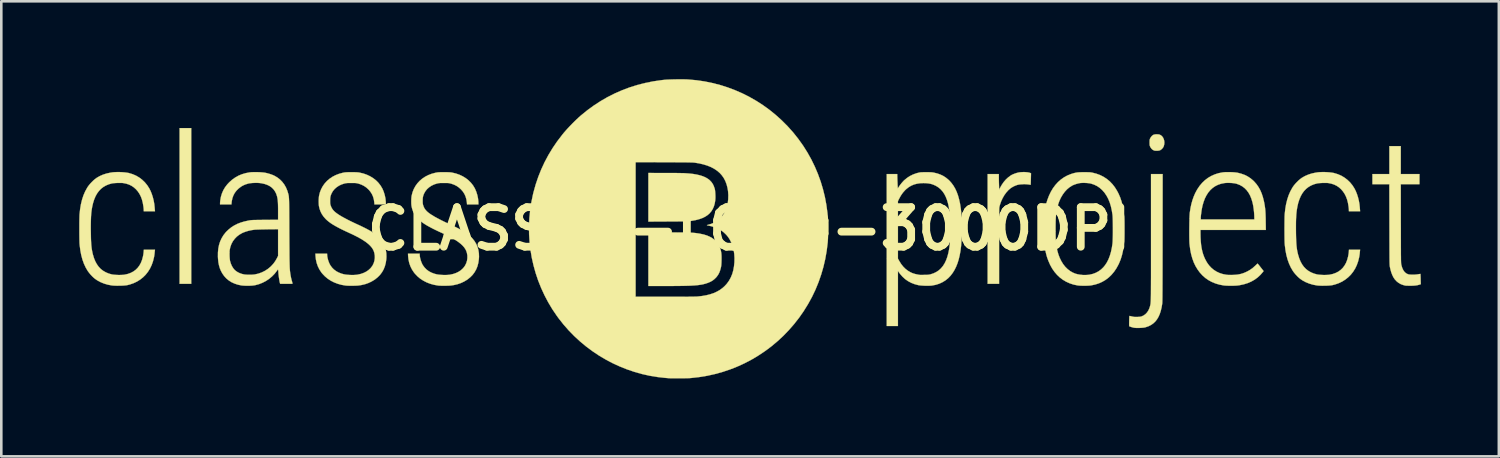
<source format=kicad_pcb>
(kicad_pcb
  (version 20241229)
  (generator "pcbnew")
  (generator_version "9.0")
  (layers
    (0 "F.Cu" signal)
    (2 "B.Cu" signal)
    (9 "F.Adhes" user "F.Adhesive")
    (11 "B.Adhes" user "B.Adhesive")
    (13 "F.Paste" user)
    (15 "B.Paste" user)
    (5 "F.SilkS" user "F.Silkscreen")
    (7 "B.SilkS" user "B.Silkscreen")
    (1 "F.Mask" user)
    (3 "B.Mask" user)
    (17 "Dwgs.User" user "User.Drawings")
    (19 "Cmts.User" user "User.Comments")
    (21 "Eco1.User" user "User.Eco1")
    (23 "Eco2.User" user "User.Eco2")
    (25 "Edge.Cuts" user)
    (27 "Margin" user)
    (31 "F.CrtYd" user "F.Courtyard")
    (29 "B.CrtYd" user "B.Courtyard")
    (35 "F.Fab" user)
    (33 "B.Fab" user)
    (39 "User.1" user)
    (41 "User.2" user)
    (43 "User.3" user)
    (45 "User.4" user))
  (footprint "CLASSBP-LOGO-3000DPI"
    (layer "F.Cu")
    (at 25.794 5.761)
    (property "Reference" "CLASSBP-LOGO-3000DPI" (at 0 0 0) (layer "F.SilkS") (effects (font (size 1.524 1.524) (thickness 0.3))))
    (attr through_hole)
    (fp_poly (pts (xy -21.48 2.117) (xy -21.929 2.117) (xy -21.929 -3.878) (xy -21.48 -3.878) (xy -21.48 2.117)) (stroke (width 0.01) (type solid)) (fill yes) (layer "F.SilkS"))
    (fp_poly (pts (xy 15.743 -3.639) (xy 15.787 -3.633) (xy 15.806 -3.628) (xy 15.859 -3.602) (xy 15.904 -3.563) (xy 15.941 -3.513) (xy 15.968 -3.454) (xy 15.986 -3.389) (xy 15.992 -3.321) (xy 15.986 -3.251) (xy 15.968 -3.181) (xy 15.967 -3.178) (xy 15.944 -3.133) (xy 15.91 -3.09) (xy 15.87 -3.053) (xy 15.828 -3.026) (xy 15.812 -3.02) (xy 15.781 -3.013) (xy 15.74 -3.008) (xy 15.695 -3.006) (xy 15.652 -3.007) (xy 15.617 -3.011) (xy 15.604 -3.014) (xy 15.549 -3.039) (xy 15.501 -3.079) (xy 15.461 -3.133) (xy 15.446 -3.162) (xy 15.436 -3.185) (xy 15.429 -3.204) (xy 15.425 -3.225) (xy 15.423 -3.252) (xy 15.422 -3.289) (xy 15.422 -3.323) (xy 15.422 -3.37) (xy 15.423 -3.403) (xy 15.426 -3.428) (xy 15.431 -3.448) (xy 15.438 -3.468) (xy 15.444 -3.481) (xy 15.474 -3.532) (xy 15.512 -3.577) (xy 15.553 -3.61) (xy 15.565 -3.617) (xy 15.599 -3.629) (xy 15.643 -3.637) (xy 15.693 -3.64) (xy 15.743 -3.639)) (stroke (width 0.01) (type solid)) (fill yes) (layer "F.SilkS"))
    (fp_poly (pts (xy -3.262 -2.15) (xy -3.156 -2.15) (xy -3.051 -2.15) (xy -2.949 -2.149) (xy -2.852 -2.149) (xy -2.761 -2.148) (xy -2.679 -2.147) (xy -2.607 -2.145) (xy -2.547 -2.144) (xy -2.501 -2.143) (xy -2.481 -2.142) (xy -2.31 -2.13) (xy -2.155 -2.113) (xy -2.014 -2.089) (xy -1.888 -2.059) (xy -1.776 -2.023) (xy -1.677 -1.98) (xy -1.59 -1.929) (xy -1.516 -1.872) (xy -1.453 -1.806) (xy -1.401 -1.732) (xy -1.36 -1.65) (xy -1.328 -1.56) (xy -1.32 -1.531) (xy -1.311 -1.485) (xy -1.305 -1.426) (xy -1.3 -1.359) (xy -1.297 -1.289) (xy -1.296 -1.218) (xy -1.298 -1.152) (xy -1.303 -1.095) (xy -1.303 -1.089) (xy -1.324 -0.969) (xy -1.356 -0.861) (xy -1.399 -0.763) (xy -1.453 -0.675) (xy -1.52 -0.596) (xy -1.599 -0.527) (xy -1.691 -0.467) (xy -1.796 -0.416) (xy -1.915 -0.373) (xy -2.049 -0.337) (xy -2.197 -0.31) (xy -2.269 -0.299) (xy -2.29 -0.297) (xy -2.315 -0.295) (xy -2.343 -0.293) (xy -2.377 -0.291) (xy -2.417 -0.289) (xy -2.465 -0.288) (xy -2.522 -0.287) (xy -2.588 -0.286) (xy -2.665 -0.285) (xy -2.755 -0.284) (xy -2.858 -0.283) (xy -2.976 -0.283) (xy -3.109 -0.282) (xy -3.126 -0.282) (xy -3.878 -0.278) (xy -3.878 -2.151) (xy -3.262 -2.15)) (stroke (width 0.01) (type solid)) (fill yes) (layer "F.SilkS"))
    (fp_poly (pts (xy -3.071 0.138) (xy -2.926 0.139) (xy -2.797 0.139) (xy -2.682 0.14) (xy -2.58 0.141) (xy -2.49 0.142) (xy -2.411 0.144) (xy -2.342 0.145) (xy -2.28 0.147) (xy -2.225 0.149) (xy -2.176 0.152) (xy -2.132 0.156) (xy -2.09 0.159) (xy -2.051 0.164) (xy -2.012 0.169) (xy -1.973 0.175) (xy -1.931 0.181) (xy -1.898 0.187) (xy -1.754 0.217) (xy -1.623 0.257) (xy -1.507 0.307) (xy -1.404 0.367) (xy -1.315 0.437) (xy -1.239 0.518) (xy -1.176 0.608) (xy -1.127 0.708) (xy -1.106 0.767) (xy -1.089 0.831) (xy -1.075 0.895) (xy -1.066 0.965) (xy -1.061 1.042) (xy -1.06 1.13) (xy -1.061 1.215) (xy -1.063 1.286) (xy -1.066 1.344) (xy -1.069 1.391) (xy -1.074 1.431) (xy -1.08 1.468) (xy -1.083 1.484) (xy -1.112 1.592) (xy -1.147 1.687) (xy -1.192 1.771) (xy -1.246 1.846) (xy -1.277 1.881) (xy -1.341 1.942) (xy -1.409 1.994) (xy -1.484 2.037) (xy -1.571 2.075) (xy -1.628 2.095) (xy -1.676 2.111) (xy -1.726 2.124) (xy -1.777 2.137) (xy -1.832 2.148) (xy -1.891 2.157) (xy -1.956 2.166) (xy -2.027 2.173) (xy -2.105 2.18) (xy -2.192 2.185) (xy -2.288 2.19) (xy -2.394 2.193) (xy -2.512 2.196) (xy -2.642 2.198) (xy -2.786 2.2) (xy -2.944 2.201) (xy -3.118 2.201) (xy -3.198 2.201) (xy -3.878 2.201) (xy -3.878 0.134) (xy -3.071 0.138)) (stroke (width 0.01) (type solid)) (fill yes) (layer "F.SilkS"))
    (fp_poly (pts (xy 10.672 -2.181) (xy 10.736 -2.174) (xy 10.791 -2.163) (xy 10.833 -2.149) (xy 10.833 -2.149) (xy 10.857 -2.138) (xy 10.851 -1.918) (xy 10.85 -1.859) (xy 10.848 -1.806) (xy 10.847 -1.761) (xy 10.845 -1.726) (xy 10.844 -1.704) (xy 10.844 -1.697) (xy 10.835 -1.697) (xy 10.813 -1.7) (xy 10.782 -1.704) (xy 10.761 -1.708) (xy 10.703 -1.714) (xy 10.635 -1.717) (xy 10.564 -1.717) (xy 10.493 -1.714) (xy 10.426 -1.709) (xy 10.37 -1.7) (xy 10.342 -1.694) (xy 10.275 -1.672) (xy 10.203 -1.641) (xy 10.134 -1.604) (xy 10.074 -1.565) (xy 10.067 -1.56) (xy 9.98 -1.484) (xy 9.899 -1.393) (xy 9.825 -1.289) (xy 9.76 -1.175) (xy 9.704 -1.051) (xy 9.659 -0.92) (xy 9.644 -0.865) (xy 9.642 -0.856) (xy 9.64 -0.847) (xy 9.638 -0.837) (xy 9.636 -0.825) (xy 9.635 -0.811) (xy 9.633 -0.793) (xy 9.632 -0.771) (xy 9.631 -0.744) (xy 9.63 -0.711) (xy 9.63 -0.672) (xy 9.629 -0.626) (xy 9.628 -0.572) (xy 9.628 -0.508) (xy 9.628 -0.436) (xy 9.627 -0.352) (xy 9.627 -0.258) (xy 9.627 -0.152) (xy 9.627 -0.033) (xy 9.627 0.1) (xy 9.627 0.247) (xy 9.627 0.409) (xy 9.627 0.586) (xy 9.627 2.117) (xy 9.186 2.117) (xy 9.186 -2.108) (xy 9.618 -2.108) (xy 9.618 -1.987) (xy 9.618 -1.938) (xy 9.619 -1.879) (xy 9.62 -1.812) (xy 9.622 -1.745) (xy 9.624 -1.687) (xy 9.629 -1.509) (xy 9.667 -1.582) (xy 9.733 -1.698) (xy 9.807 -1.804) (xy 9.888 -1.898) (xy 9.975 -1.979) (xy 10.065 -2.046) (xy 10.105 -2.071) (xy 10.164 -2.1) (xy 10.233 -2.127) (xy 10.306 -2.151) (xy 10.375 -2.168) (xy 10.394 -2.172) (xy 10.459 -2.18) (xy 10.53 -2.184) (xy 10.602 -2.185) (xy 10.672 -2.181)) (stroke (width 0.01) (type solid)) (fill yes) (layer "F.SilkS"))
    (fp_poly (pts (xy 25.095 -2.108) (xy 25.815 -2.108) (xy 25.815 -1.719) (xy 25.095 -1.719) (xy 25.097 -0.201) (xy 25.098 -0.013) (xy 25.098 0.159) (xy 25.098 0.315) (xy 25.099 0.457) (xy 25.099 0.585) (xy 25.099 0.7) (xy 25.1 0.802) (xy 25.1 0.893) (xy 25.1 0.974) (xy 25.101 1.044) (xy 25.102 1.105) (xy 25.102 1.157) (xy 25.103 1.202) (xy 25.104 1.239) (xy 25.105 1.271) (xy 25.106 1.297) (xy 25.107 1.318) (xy 25.108 1.336) (xy 25.11 1.35) (xy 25.112 1.362) (xy 25.113 1.373) (xy 25.115 1.382) (xy 25.118 1.392) (xy 25.118 1.393) (xy 25.145 1.488) (xy 25.179 1.568) (xy 25.219 1.634) (xy 25.267 1.686) (xy 25.323 1.726) (xy 25.378 1.75) (xy 25.41 1.758) (xy 25.456 1.763) (xy 25.511 1.765) (xy 25.571 1.766) (xy 25.634 1.764) (xy 25.694 1.759) (xy 25.75 1.752) (xy 25.767 1.749) (xy 25.802 1.743) (xy 25.83 1.739) (xy 25.848 1.737) (xy 25.852 1.737) (xy 25.853 1.746) (xy 25.855 1.769) (xy 25.856 1.805) (xy 25.858 1.85) (xy 25.86 1.903) (xy 25.86 1.936) (xy 25.866 2.132) (xy 25.813 2.15) (xy 25.747 2.168) (xy 25.671 2.181) (xy 25.582 2.189) (xy 25.48 2.192) (xy 25.451 2.192) (xy 25.401 2.191) (xy 25.356 2.19) (xy 25.318 2.189) (xy 25.292 2.188) (xy 25.281 2.187) (xy 25.234 2.177) (xy 25.181 2.161) (xy 25.129 2.143) (xy 25.086 2.125) (xy 25.084 2.124) (xy 25.003 2.076) (xy 24.931 2.018) (xy 24.868 1.95) (xy 24.813 1.87) (xy 24.767 1.777) (xy 24.727 1.671) (xy 24.694 1.551) (xy 24.678 1.477) (xy 24.676 1.466) (xy 24.674 1.454) (xy 24.672 1.443) (xy 24.67 1.429) (xy 24.669 1.414) (xy 24.668 1.396) (xy 24.666 1.374) (xy 24.665 1.347) (xy 24.664 1.316) (xy 24.663 1.279) (xy 24.662 1.235) (xy 24.662 1.183) (xy 24.661 1.123) (xy 24.661 1.054) (xy 24.66 0.976) (xy 24.66 0.887) (xy 24.659 0.786) (xy 24.659 0.674) (xy 24.659 0.549) (xy 24.658 0.41) (xy 24.658 0.257) (xy 24.658 0.088) (xy 24.657 -0.096) (xy 24.657 -0.167) (xy 24.654 -1.719) (xy 24.003 -1.719) (xy 24.003 -2.108) (xy 24.655 -2.108) (xy 24.655 -3.183) (xy 25.095 -3.183) (xy 25.095 -2.108)) (stroke (width 0.01) (type solid)) (fill yes) (layer "F.SilkS"))
    (fp_poly (pts (xy 15.923 0.345) (xy 15.923 0.601) (xy 15.923 0.84) (xy 15.922 1.063) (xy 15.922 1.271) (xy 15.922 1.463) (xy 15.921 1.641) (xy 15.921 1.805) (xy 15.92 1.955) (xy 15.92 2.092) (xy 15.919 2.216) (xy 15.919 2.328) (xy 15.918 2.428) (xy 15.917 2.517) (xy 15.917 2.594) (xy 15.916 2.662) (xy 15.915 2.719) (xy 15.914 2.767) (xy 15.913 2.805) (xy 15.912 2.835) (xy 15.911 2.857) (xy 15.91 2.871) (xy 15.91 2.874) (xy 15.885 3.026) (xy 15.852 3.163) (xy 15.812 3.285) (xy 15.763 3.394) (xy 15.706 3.489) (xy 15.64 3.572) (xy 15.565 3.642) (xy 15.48 3.701) (xy 15.386 3.749) (xy 15.28 3.786) (xy 15.256 3.793) (xy 15.214 3.802) (xy 15.16 3.808) (xy 15.098 3.813) (xy 15.033 3.816) (xy 14.967 3.817) (xy 14.905 3.816) (xy 14.852 3.812) (xy 14.811 3.806) (xy 14.809 3.806) (xy 14.774 3.797) (xy 14.735 3.786) (xy 14.698 3.774) (xy 14.666 3.763) (xy 14.645 3.755) (xy 14.642 3.753) (xy 14.639 3.745) (xy 14.636 3.727) (xy 14.635 3.696) (xy 14.635 3.652) (xy 14.636 3.594) (xy 14.637 3.549) (xy 14.638 3.486) (xy 14.64 3.438) (xy 14.641 3.404) (xy 14.643 3.38) (xy 14.645 3.365) (xy 14.648 3.357) (xy 14.652 3.355) (xy 14.658 3.355) (xy 14.659 3.355) (xy 14.718 3.369) (xy 14.763 3.379) (xy 14.799 3.386) (xy 14.829 3.391) (xy 14.856 3.393) (xy 14.883 3.394) (xy 14.915 3.394) (xy 14.952 3.393) (xy 15.006 3.39) (xy 15.047 3.387) (xy 15.08 3.381) (xy 15.108 3.374) (xy 15.121 3.37) (xy 15.197 3.334) (xy 15.266 3.283) (xy 15.326 3.219) (xy 15.376 3.143) (xy 15.416 3.055) (xy 15.434 2.997) (xy 15.438 2.982) (xy 15.442 2.968) (xy 15.446 2.955) (xy 15.449 2.942) (xy 15.452 2.928) (xy 15.455 2.913) (xy 15.458 2.896) (xy 15.46 2.877) (xy 15.462 2.854) (xy 15.464 2.828) (xy 15.466 2.798) (xy 15.468 2.763) (xy 15.469 2.722) (xy 15.471 2.676) (xy 15.472 2.623) (xy 15.473 2.562) (xy 15.474 2.494) (xy 15.474 2.418) (xy 15.475 2.332) (xy 15.475 2.237) (xy 15.476 2.131) (xy 15.476 2.015) (xy 15.477 1.887) (xy 15.477 1.748) (xy 15.477 1.596) (xy 15.477 1.43) (xy 15.477 1.251) (xy 15.477 1.057) (xy 15.477 0.849) (xy 15.477 0.624) (xy 15.477 0.384) (xy 15.477 0.328) (xy 15.477 -2.108) (xy 15.926 -2.108) (xy 15.923 0.345)) (stroke (width 0.01) (type solid)) (fill yes) (layer "F.SilkS"))
    (fp_poly (pts (xy 6.889 -2.18) (xy 6.944 -2.179) (xy 6.988 -2.178) (xy 7.024 -2.176) (xy 7.055 -2.173) (xy 7.085 -2.169) (xy 7.116 -2.163) (xy 7.125 -2.161) (xy 7.256 -2.129) (xy 7.374 -2.086) (xy 7.483 -2.033) (xy 7.584 -1.967) (xy 7.679 -1.888) (xy 7.714 -1.855) (xy 7.796 -1.763) (xy 7.87 -1.661) (xy 7.936 -1.549) (xy 7.994 -1.425) (xy 8.044 -1.289) (xy 8.086 -1.139) (xy 8.122 -0.977) (xy 8.15 -0.799) (xy 8.167 -0.66) (xy 8.17 -0.614) (xy 8.174 -0.554) (xy 8.177 -0.481) (xy 8.18 -0.398) (xy 8.182 -0.308) (xy 8.184 -0.212) (xy 8.185 -0.114) (xy 8.186 -0.014) (xy 8.186 0.083) (xy 8.186 0.177) (xy 8.185 0.265) (xy 8.184 0.343) (xy 8.182 0.411) (xy 8.18 0.461) (xy 8.164 0.661) (xy 8.141 0.847) (xy 8.11 1.018) (xy 8.072 1.177) (xy 8.027 1.323) (xy 7.973 1.458) (xy 7.911 1.583) (xy 7.844 1.693) (xy 7.76 1.804) (xy 7.665 1.902) (xy 7.561 1.986) (xy 7.446 2.056) (xy 7.323 2.113) (xy 7.191 2.155) (xy 7.051 2.182) (xy 7.034 2.185) (xy 6.979 2.189) (xy 6.914 2.192) (xy 6.841 2.192) (xy 6.765 2.191) (xy 6.69 2.187) (xy 6.62 2.182) (xy 6.56 2.175) (xy 6.515 2.168) (xy 6.373 2.13) (xy 6.242 2.079) (xy 6.121 2.014) (xy 6.01 1.936) (xy 5.908 1.843) (xy 5.815 1.737) (xy 5.773 1.681) (xy 5.732 1.623) (xy 5.732 3.742) (xy 5.3 3.742) (xy 5.3 -1.064) (xy 5.732 -1.064) (xy 5.732 1.147) (xy 5.777 1.228) (xy 5.851 1.348) (xy 5.933 1.453) (xy 6.023 1.543) (xy 6.122 1.618) (xy 6.219 1.674) (xy 6.27 1.698) (xy 6.323 1.718) (xy 6.382 1.736) (xy 6.449 1.752) (xy 6.529 1.768) (xy 6.553 1.773) (xy 6.568 1.774) (xy 6.597 1.775) (xy 6.636 1.775) (xy 6.684 1.775) (xy 6.737 1.774) (xy 6.744 1.774) (xy 6.804 1.773) (xy 6.852 1.772) (xy 6.889 1.769) (xy 6.92 1.766) (xy 6.948 1.761) (xy 6.977 1.755) (xy 6.995 1.75) (xy 7.109 1.712) (xy 7.213 1.661) (xy 7.308 1.597) (xy 7.393 1.519) (xy 7.468 1.428) (xy 7.533 1.323) (xy 7.59 1.203) (xy 7.637 1.07) (xy 7.674 0.931) (xy 7.688 0.863) (xy 7.701 0.799) (xy 7.711 0.734) (xy 7.72 0.668) (xy 7.727 0.598) (xy 7.732 0.522) (xy 7.737 0.438) (xy 7.74 0.343) (xy 7.742 0.235) (xy 7.744 0.127) (xy 7.746 -0.04) (xy 7.745 -0.191) (xy 7.742 -0.327) (xy 7.737 -0.449) (xy 7.729 -0.558) (xy 7.72 -0.655) (xy 7.717 -0.677) (xy 7.691 -0.841) (xy 7.658 -0.99) (xy 7.617 -1.124) (xy 7.568 -1.245) (xy 7.512 -1.352) (xy 7.447 -1.445) (xy 7.373 -1.526) (xy 7.291 -1.595) (xy 7.2 -1.652) (xy 7.187 -1.659) (xy 7.101 -1.698) (xy 7.015 -1.727) (xy 6.925 -1.746) (xy 6.826 -1.757) (xy 6.716 -1.761) (xy 6.714 -1.761) (xy 6.581 -1.755) (xy 6.459 -1.736) (xy 6.346 -1.705) (xy 6.241 -1.66) (xy 6.143 -1.601) (xy 6.05 -1.527) (xy 6.007 -1.486) (xy 5.921 -1.389) (xy 5.844 -1.278) (xy 5.777 -1.157) (xy 5.732 -1.064) (xy 5.3 -1.064) (xy 5.3 -2.108) (xy 5.705 -2.108) (xy 5.71 -1.916) (xy 5.712 -1.854) (xy 5.715 -1.792) (xy 5.717 -1.734) (xy 5.719 -1.684) (xy 5.721 -1.646) (xy 5.722 -1.639) (xy 5.728 -1.555) (xy 5.761 -1.609) (xy 5.79 -1.652) (xy 5.826 -1.701) (xy 5.867 -1.753) (xy 5.909 -1.802) (xy 5.948 -1.845) (xy 5.975 -1.871) (xy 6.083 -1.96) (xy 6.195 -2.034) (xy 6.314 -2.092) (xy 6.441 -2.138) (xy 6.513 -2.157) (xy 6.544 -2.164) (xy 6.571 -2.17) (xy 6.597 -2.174) (xy 6.625 -2.176) (xy 6.658 -2.178) (xy 6.699 -2.179) (xy 6.751 -2.18) (xy 6.818 -2.18) (xy 6.82 -2.18) (xy 6.889 -2.18)) (stroke (width 0.01) (type solid)) (fill yes) (layer "F.SilkS"))
    (fp_poly (pts (xy 18.536 -2.183) (xy 18.614 -2.18) (xy 18.686 -2.175) (xy 18.75 -2.168) (xy 18.802 -2.161) (xy 18.807 -2.16) (xy 18.948 -2.124) (xy 19.078 -2.078) (xy 19.197 -2.019) (xy 19.307 -1.947) (xy 19.409 -1.862) (xy 19.455 -1.816) (xy 19.541 -1.718) (xy 19.616 -1.61) (xy 19.682 -1.492) (xy 19.738 -1.362) (xy 19.785 -1.22) (xy 19.824 -1.065) (xy 19.841 -0.981) (xy 19.853 -0.913) (xy 19.863 -0.849) (xy 19.871 -0.786) (xy 19.878 -0.72) (xy 19.883 -0.651) (xy 19.887 -0.574) (xy 19.89 -0.488) (xy 19.893 -0.39) (xy 19.894 -0.29) (xy 19.899 0.042) (xy 17.382 0.042) (xy 17.382 0.159) (xy 17.385 0.325) (xy 17.393 0.477) (xy 17.406 0.616) (xy 17.426 0.744) (xy 17.451 0.862) (xy 17.483 0.974) (xy 17.522 1.079) (xy 17.564 1.173) (xy 17.632 1.296) (xy 17.71 1.405) (xy 17.798 1.5) (xy 17.896 1.582) (xy 18.004 1.65) (xy 18.121 1.704) (xy 18.248 1.744) (xy 18.385 1.77) (xy 18.387 1.77) (xy 18.432 1.774) (xy 18.491 1.776) (xy 18.561 1.777) (xy 18.622 1.776) (xy 18.73 1.77) (xy 18.825 1.76) (xy 18.913 1.743) (xy 18.996 1.72) (xy 19.08 1.689) (xy 19.168 1.649) (xy 19.173 1.647) (xy 19.289 1.582) (xy 19.398 1.504) (xy 19.496 1.416) (xy 19.526 1.387) (xy 19.552 1.363) (xy 19.571 1.346) (xy 19.581 1.338) (xy 19.582 1.338) (xy 19.588 1.345) (xy 19.604 1.362) (xy 19.627 1.39) (xy 19.655 1.425) (xy 19.687 1.466) (xy 19.7 1.483) (xy 19.813 1.627) (xy 19.791 1.656) (xy 19.694 1.769) (xy 19.587 1.869) (xy 19.469 1.956) (xy 19.341 2.029) (xy 19.202 2.089) (xy 19.053 2.136) (xy 18.893 2.17) (xy 18.827 2.18) (xy 18.775 2.185) (xy 18.711 2.189) (xy 18.639 2.191) (xy 18.562 2.192) (xy 18.486 2.191) (xy 18.413 2.19) (xy 18.347 2.186) (xy 18.293 2.182) (xy 18.28 2.18) (xy 18.118 2.15) (xy 17.966 2.106) (xy 17.825 2.049) (xy 17.693 1.978) (xy 17.571 1.894) (xy 17.459 1.795) (xy 17.357 1.683) (xy 17.271 1.567) (xy 17.192 1.436) (xy 17.124 1.294) (xy 17.068 1.14) (xy 17.022 0.975) (xy 16.987 0.797) (xy 16.963 0.606) (xy 16.958 0.558) (xy 16.956 0.518) (xy 16.954 0.465) (xy 16.953 0.4) (xy 16.952 0.325) (xy 16.951 0.242) (xy 16.951 0.153) (xy 16.951 0.06) (xy 16.952 -0.034) (xy 16.953 -0.128) (xy 16.954 -0.22) (xy 16.956 -0.308) (xy 16.958 -0.364) (xy 17.391 -0.364) (xy 19.456 -0.364) (xy 19.456 -0.417) (xy 19.453 -0.525) (xy 19.445 -0.64) (xy 19.432 -0.756) (xy 19.416 -0.869) (xy 19.396 -0.972) (xy 19.384 -1.021) (xy 19.343 -1.158) (xy 19.293 -1.28) (xy 19.233 -1.389) (xy 19.163 -1.484) (xy 19.084 -1.565) (xy 18.995 -1.633) (xy 18.896 -1.688) (xy 18.787 -1.73) (xy 18.746 -1.742) (xy 18.692 -1.753) (xy 18.625 -1.761) (xy 18.551 -1.767) (xy 18.475 -1.769) (xy 18.4 -1.769) (xy 18.332 -1.765) (xy 18.302 -1.761) (xy 18.176 -1.736) (xy 18.059 -1.697) (xy 17.952 -1.644) (xy 17.853 -1.576) (xy 17.764 -1.495) (xy 17.683 -1.4) (xy 17.613 -1.291) (xy 17.551 -1.168) (xy 17.5 -1.031) (xy 17.457 -0.881) (xy 17.425 -0.718) (xy 17.402 -0.541) (xy 17.399 -0.516) (xy 17.396 -0.475) (xy 17.393 -0.437) (xy 17.391 -0.407) (xy 17.391 -0.392) (xy 17.391 -0.364) (xy 16.958 -0.364) (xy 16.958 -0.389) (xy 16.96 -0.462) (xy 16.963 -0.525) (xy 16.966 -0.575) (xy 16.969 -0.611) (xy 16.97 -0.618) (xy 16.997 -0.794) (xy 17.031 -0.955) (xy 17.073 -1.104) (xy 17.122 -1.243) (xy 17.179 -1.374) (xy 17.245 -1.497) (xy 17.26 -1.522) (xy 17.348 -1.653) (xy 17.446 -1.769) (xy 17.554 -1.872) (xy 17.671 -1.961) (xy 17.797 -2.035) (xy 17.931 -2.095) (xy 18.074 -2.141) (xy 18.225 -2.171) (xy 18.265 -2.176) (xy 18.319 -2.181) (xy 18.385 -2.184) (xy 18.459 -2.184) (xy 18.536 -2.183)) (stroke (width 0.01) (type solid)) (fill yes) (layer "F.SilkS"))
    (fp_poly (pts (xy -24.245 -2.185) (xy -24.151 -2.181) (xy -24.059 -2.174) (xy -23.973 -2.164) (xy -23.899 -2.152) (xy -23.872 -2.145) (xy -23.732 -2.102) (xy -23.601 -2.045) (xy -23.479 -1.973) (xy -23.368 -1.888) (xy -23.266 -1.79) (xy -23.175 -1.679) (xy -23.097 -1.558) (xy -23.044 -1.453) (xy -22.997 -1.335) (xy -22.957 -1.209) (xy -22.925 -1.078) (xy -22.902 -0.946) (xy -22.89 -0.83) (xy -22.887 -0.79) (xy -22.884 -0.752) (xy -22.881 -0.722) (xy -22.88 -0.713) (xy -22.876 -0.677) (xy -23.309 -0.677) (xy -23.309 -0.719) (xy -23.31 -0.745) (xy -23.313 -0.782) (xy -23.317 -0.825) (xy -23.322 -0.859) (xy -23.345 -0.998) (xy -23.377 -1.124) (xy -23.418 -1.237) (xy -23.47 -1.34) (xy -23.531 -1.433) (xy -23.604 -1.518) (xy -23.608 -1.522) (xy -23.691 -1.597) (xy -23.78 -1.657) (xy -23.877 -1.704) (xy -23.984 -1.739) (xy -24.097 -1.762) (xy -24.138 -1.766) (xy -24.19 -1.768) (xy -24.251 -1.768) (xy -24.315 -1.767) (xy -24.38 -1.764) (xy -24.44 -1.76) (xy -24.491 -1.755) (xy -24.53 -1.749) (xy -24.532 -1.749) (xy -24.653 -1.715) (xy -24.764 -1.669) (xy -24.864 -1.611) (xy -24.954 -1.541) (xy -25.034 -1.458) (xy -25.104 -1.363) (xy -25.165 -1.254) (xy -25.217 -1.131) (xy -25.26 -0.995) (xy -25.295 -0.844) (xy -25.315 -0.724) (xy -25.325 -0.646) (xy -25.333 -0.562) (xy -25.339 -0.47) (xy -25.343 -0.369) (xy -25.346 -0.256) (xy -25.348 -0.131) (xy -25.348 0.008) (xy -25.346 0.127) (xy -25.344 0.256) (xy -25.342 0.37) (xy -25.338 0.47) (xy -25.333 0.56) (xy -25.327 0.641) (xy -25.319 0.715) (xy -25.31 0.783) (xy -25.298 0.849) (xy -25.285 0.913) (xy -25.27 0.978) (xy -25.265 0.996) (xy -25.223 1.134) (xy -25.172 1.258) (xy -25.111 1.367) (xy -25.042 1.464) (xy -24.962 1.547) (xy -24.871 1.617) (xy -24.77 1.675) (xy -24.658 1.722) (xy -24.545 1.754) (xy -24.496 1.763) (xy -24.435 1.769) (xy -24.366 1.774) (xy -24.292 1.777) (xy -24.218 1.777) (xy -24.149 1.775) (xy -24.088 1.771) (xy -24.057 1.767) (xy -23.932 1.74) (xy -23.818 1.7) (xy -23.716 1.648) (xy -23.625 1.583) (xy -23.546 1.506) (xy -23.477 1.415) (xy -23.42 1.313) (xy -23.374 1.197) (xy -23.34 1.069) (xy -23.338 1.058) (xy -23.328 1.009) (xy -23.32 0.957) (xy -23.314 0.908) (xy -23.312 0.883) (xy -23.306 0.804) (xy -22.876 0.804) (xy -22.88 0.832) (xy -22.883 0.854) (xy -22.886 0.886) (xy -22.89 0.922) (xy -22.89 0.927) (xy -22.894 0.964) (xy -22.9 1.01) (xy -22.908 1.06) (xy -22.915 1.098) (xy -22.953 1.251) (xy -23.004 1.395) (xy -23.068 1.529) (xy -23.145 1.652) (xy -23.234 1.765) (xy -23.334 1.865) (xy -23.446 1.954) (xy -23.569 2.031) (xy -23.702 2.094) (xy -23.844 2.143) (xy -23.943 2.168) (xy -23.986 2.175) (xy -24.043 2.181) (xy -24.109 2.186) (xy -24.183 2.189) (xy -24.259 2.19) (xy -24.335 2.191) (xy -24.407 2.189) (xy -24.471 2.186) (xy -24.526 2.181) (xy -24.536 2.18) (xy -24.692 2.151) (xy -24.838 2.108) (xy -24.974 2.052) (xy -25.1 1.984) (xy -25.185 1.925) (xy -25.24 1.879) (xy -25.299 1.823) (xy -25.358 1.76) (xy -25.412 1.695) (xy -25.459 1.632) (xy -25.467 1.621) (xy -25.545 1.488) (xy -25.613 1.341) (xy -25.67 1.182) (xy -25.716 1.01) (xy -25.751 0.825) (xy -25.776 0.627) (xy -25.781 0.568) (xy -25.783 0.531) (xy -25.784 0.48) (xy -25.786 0.416) (xy -25.787 0.342) (xy -25.788 0.259) (xy -25.789 0.17) (xy -25.789 0.078) (xy -25.789 -0.016) (xy -25.789 -0.11) (xy -25.789 -0.201) (xy -25.788 -0.287) (xy -25.787 -0.366) (xy -25.785 -0.436) (xy -25.784 -0.495) (xy -25.782 -0.54) (xy -25.781 -0.559) (xy -25.759 -0.761) (xy -25.727 -0.95) (xy -25.684 -1.126) (xy -25.63 -1.29) (xy -25.565 -1.44) (xy -25.489 -1.578) (xy -25.463 -1.619) (xy -25.42 -1.678) (xy -25.367 -1.741) (xy -25.308 -1.803) (xy -25.247 -1.863) (xy -25.186 -1.915) (xy -25.13 -1.957) (xy -25.126 -1.96) (xy -25.005 -2.03) (xy -24.875 -2.087) (xy -24.736 -2.131) (xy -24.587 -2.163) (xy -24.503 -2.176) (xy -24.425 -2.182) (xy -24.338 -2.185) (xy -24.245 -2.185)) (stroke (width 0.01) (type solid)) (fill yes) (layer "F.SilkS"))
    (fp_poly (pts (xy 22.161 -2.185) (xy 22.255 -2.181) (xy 22.347 -2.174) (xy 22.432 -2.164) (xy 22.507 -2.152) (xy 22.534 -2.145) (xy 22.674 -2.102) (xy 22.805 -2.045) (xy 22.926 -1.973) (xy 23.038 -1.888) (xy 23.14 -1.79) (xy 23.231 -1.679) (xy 23.309 -1.558) (xy 23.362 -1.453) (xy 23.409 -1.335) (xy 23.449 -1.209) (xy 23.481 -1.078) (xy 23.504 -0.946) (xy 23.516 -0.83) (xy 23.519 -0.79) (xy 23.522 -0.752) (xy 23.525 -0.722) (xy 23.525 -0.713) (xy 23.53 -0.677) (xy 23.097 -0.677) (xy 23.097 -0.719) (xy 23.096 -0.745) (xy 23.093 -0.782) (xy 23.088 -0.825) (xy 23.084 -0.859) (xy 23.061 -0.998) (xy 23.029 -1.124) (xy 22.987 -1.237) (xy 22.936 -1.34) (xy 22.874 -1.433) (xy 22.802 -1.518) (xy 22.798 -1.522) (xy 22.715 -1.597) (xy 22.626 -1.657) (xy 22.529 -1.704) (xy 22.422 -1.739) (xy 22.309 -1.762) (xy 22.268 -1.766) (xy 22.215 -1.768) (xy 22.155 -1.768) (xy 22.09 -1.767) (xy 22.026 -1.764) (xy 21.966 -1.76) (xy 21.915 -1.755) (xy 21.876 -1.749) (xy 21.874 -1.749) (xy 21.753 -1.715) (xy 21.642 -1.669) (xy 21.542 -1.611) (xy 21.452 -1.541) (xy 21.372 -1.458) (xy 21.302 -1.363) (xy 21.241 -1.254) (xy 21.189 -1.131) (xy 21.145 -0.995) (xy 21.111 -0.844) (xy 21.091 -0.724) (xy 21.081 -0.646) (xy 21.073 -0.562) (xy 21.067 -0.47) (xy 21.062 -0.369) (xy 21.059 -0.256) (xy 21.058 -0.131) (xy 21.058 0.008) (xy 21.059 0.127) (xy 21.061 0.256) (xy 21.064 0.37) (xy 21.068 0.47) (xy 21.073 0.56) (xy 21.079 0.641) (xy 21.087 0.715) (xy 21.096 0.783) (xy 21.107 0.849) (xy 21.121 0.913) (xy 21.136 0.978) (xy 21.141 0.996) (xy 21.183 1.134) (xy 21.234 1.258) (xy 21.294 1.367) (xy 21.364 1.464) (xy 21.444 1.547) (xy 21.534 1.617) (xy 21.635 1.675) (xy 21.748 1.722) (xy 21.861 1.754) (xy 21.91 1.763) (xy 21.971 1.769) (xy 22.04 1.774) (xy 22.114 1.777) (xy 22.188 1.777) (xy 22.257 1.775) (xy 22.318 1.771) (xy 22.349 1.767) (xy 22.474 1.74) (xy 22.587 1.7) (xy 22.69 1.648) (xy 22.78 1.583) (xy 22.86 1.506) (xy 22.928 1.415) (xy 22.986 1.313) (xy 23.031 1.197) (xy 23.066 1.069) (xy 23.068 1.058) (xy 23.077 1.009) (xy 23.086 0.957) (xy 23.092 0.908) (xy 23.094 0.883) (xy 23.1 0.804) (xy 23.53 0.804) (xy 23.525 0.832) (xy 23.523 0.854) (xy 23.519 0.886) (xy 23.516 0.922) (xy 23.516 0.927) (xy 23.512 0.964) (xy 23.506 1.01) (xy 23.498 1.06) (xy 23.491 1.098) (xy 23.453 1.251) (xy 23.402 1.395) (xy 23.338 1.529) (xy 23.261 1.652) (xy 23.172 1.765) (xy 23.071 1.865) (xy 22.959 1.954) (xy 22.837 2.031) (xy 22.704 2.094) (xy 22.562 2.143) (xy 22.463 2.168) (xy 22.42 2.175) (xy 22.363 2.181) (xy 22.296 2.186) (xy 22.223 2.189) (xy 22.147 2.19) (xy 22.071 2.191) (xy 21.999 2.189) (xy 21.934 2.186) (xy 21.88 2.181) (xy 21.869 2.18) (xy 21.714 2.151) (xy 21.568 2.108) (xy 21.432 2.052) (xy 21.306 1.984) (xy 21.221 1.925) (xy 21.166 1.879) (xy 21.107 1.823) (xy 21.048 1.76) (xy 20.993 1.695) (xy 20.947 1.632) (xy 20.939 1.621) (xy 20.861 1.488) (xy 20.793 1.341) (xy 20.736 1.182) (xy 20.69 1.01) (xy 20.655 0.825) (xy 20.63 0.627) (xy 20.625 0.568) (xy 20.623 0.537) (xy 20.622 0.491) (xy 20.62 0.433) (xy 20.619 0.364) (xy 20.618 0.286) (xy 20.617 0.202) (xy 20.617 0.114) (xy 20.616 0.025) (xy 20.616 0.004) (xy 20.617 -0.086) (xy 20.617 -0.174) (xy 20.618 -0.259) (xy 20.619 -0.338) (xy 20.62 -0.409) (xy 20.621 -0.47) (xy 20.623 -0.519) (xy 20.625 -0.554) (xy 20.625 -0.559) (xy 20.647 -0.761) (xy 20.679 -0.95) (xy 20.722 -1.126) (xy 20.776 -1.29) (xy 20.841 -1.44) (xy 20.917 -1.578) (xy 20.943 -1.619) (xy 20.986 -1.678) (xy 21.039 -1.741) (xy 21.098 -1.803) (xy 21.159 -1.863) (xy 21.22 -1.915) (xy 21.276 -1.957) (xy 21.28 -1.96) (xy 21.401 -2.03) (xy 21.531 -2.087) (xy 21.669 -2.131) (xy 21.819 -2.163) (xy 21.903 -2.176) (xy 21.981 -2.182) (xy 22.068 -2.185) (xy 22.161 -2.185)) (stroke (width 0.01) (type solid)) (fill yes) (layer "F.SilkS"))
    (fp_poly (pts (xy 12.97 -2.18) (xy 13.026 -2.179) (xy 13.072 -2.178) (xy 13.109 -2.177) (xy 13.14 -2.174) (xy 13.169 -2.171) (xy 13.198 -2.166) (xy 13.224 -2.161) (xy 13.375 -2.122) (xy 13.518 -2.069) (xy 13.651 -2.002) (xy 13.775 -1.921) (xy 13.889 -1.827) (xy 13.993 -1.718) (xy 14.088 -1.595) (xy 14.173 -1.458) (xy 14.228 -1.353) (xy 14.293 -1.202) (xy 14.346 -1.042) (xy 14.388 -0.872) (xy 14.42 -0.69) (xy 14.441 -0.496) (xy 14.444 -0.464) (xy 14.446 -0.419) (xy 14.448 -0.36) (xy 14.45 -0.289) (xy 14.451 -0.209) (xy 14.452 -0.122) (xy 14.452 -0.032) (xy 14.452 0.059) (xy 14.452 0.15) (xy 14.451 0.236) (xy 14.45 0.315) (xy 14.448 0.385) (xy 14.446 0.443) (xy 14.444 0.483) (xy 14.425 0.674) (xy 14.396 0.854) (xy 14.357 1.021) (xy 14.308 1.179) (xy 14.247 1.327) (xy 14.224 1.376) (xy 14.145 1.52) (xy 14.056 1.651) (xy 13.957 1.769) (xy 13.849 1.873) (xy 13.732 1.962) (xy 13.605 2.038) (xy 13.47 2.099) (xy 13.327 2.145) (xy 13.175 2.177) (xy 13.155 2.18) (xy 13.106 2.185) (xy 13.045 2.189) (xy 12.976 2.191) (xy 12.903 2.192) (xy 12.831 2.191) (xy 12.762 2.189) (xy 12.702 2.185) (xy 12.655 2.18) (xy 12.653 2.179) (xy 12.499 2.148) (xy 12.354 2.101) (xy 12.217 2.04) (xy 12.089 1.966) (xy 11.97 1.877) (xy 11.861 1.774) (xy 11.762 1.659) (xy 11.672 1.53) (xy 11.593 1.388) (xy 11.525 1.233) (xy 11.481 1.113) (xy 11.452 1.017) (xy 11.428 0.919) (xy 11.407 0.818) (xy 11.39 0.711) (xy 11.376 0.596) (xy 11.366 0.472) (xy 11.359 0.337) (xy 11.355 0.189) (xy 11.354 0.027) (xy 11.354 0.019) (xy 11.354 0.003) (xy 11.803 0.003) (xy 11.803 0.118) (xy 11.804 0.218) (xy 11.806 0.305) (xy 11.808 0.382) (xy 11.812 0.451) (xy 11.817 0.514) (xy 11.823 0.573) (xy 11.83 0.63) (xy 11.837 0.677) (xy 11.868 0.835) (xy 11.91 0.983) (xy 11.962 1.12) (xy 12.024 1.245) (xy 12.094 1.359) (xy 12.174 1.461) (xy 12.263 1.549) (xy 12.359 1.624) (xy 12.463 1.684) (xy 12.56 1.725) (xy 12.647 1.749) (xy 12.745 1.767) (xy 12.849 1.777) (xy 12.953 1.779) (xy 13.053 1.773) (xy 13.112 1.765) (xy 13.237 1.736) (xy 13.352 1.693) (xy 13.458 1.636) (xy 13.555 1.565) (xy 13.644 1.479) (xy 13.704 1.406) (xy 13.775 1.3) (xy 13.837 1.179) (xy 13.89 1.044) (xy 13.934 0.895) (xy 13.969 0.733) (xy 13.993 0.576) (xy 13.997 0.532) (xy 14.001 0.473) (xy 14.003 0.402) (xy 14.006 0.322) (xy 14.008 0.234) (xy 14.009 0.14) (xy 14.009 0.044) (xy 14.009 -0.053) (xy 14.008 -0.148) (xy 14.007 -0.24) (xy 14.005 -0.325) (xy 14.003 -0.402) (xy 14 -0.468) (xy 13.996 -0.521) (xy 13.993 -0.549) (xy 13.966 -0.717) (xy 13.931 -0.872) (xy 13.888 -1.013) (xy 13.835 -1.143) (xy 13.773 -1.262) (xy 13.701 -1.371) (xy 13.68 -1.399) (xy 13.593 -1.497) (xy 13.498 -1.581) (xy 13.395 -1.649) (xy 13.283 -1.703) (xy 13.168 -1.741) (xy 13.112 -1.753) (xy 13.044 -1.761) (xy 12.97 -1.767) (xy 12.894 -1.769) (xy 12.821 -1.768) (xy 12.757 -1.764) (xy 12.741 -1.762) (xy 12.683 -1.75) (xy 12.617 -1.733) (xy 12.55 -1.711) (xy 12.488 -1.687) (xy 12.438 -1.663) (xy 12.336 -1.598) (xy 12.242 -1.519) (xy 12.156 -1.426) (xy 12.078 -1.32) (xy 12.008 -1.202) (xy 11.948 -1.073) (xy 11.899 -0.934) (xy 11.875 -0.847) (xy 11.858 -0.778) (xy 11.844 -0.709) (xy 11.833 -0.638) (xy 11.823 -0.564) (xy 11.816 -0.484) (xy 11.81 -0.396) (xy 11.806 -0.298) (xy 11.804 -0.189) (xy 11.803 -0.065) (xy 11.803 0.003) (xy 11.354 0.003) (xy 11.355 -0.139) (xy 11.358 -0.283) (xy 11.364 -0.413) (xy 11.372 -0.533) (xy 11.383 -0.643) (xy 11.398 -0.746) (xy 11.415 -0.843) (xy 11.436 -0.937) (xy 11.461 -1.03) (xy 11.489 -1.119) (xy 11.55 -1.279) (xy 11.621 -1.427) (xy 11.702 -1.563) (xy 11.794 -1.687) (xy 11.895 -1.799) (xy 12.006 -1.897) (xy 12.125 -1.981) (xy 12.252 -2.051) (xy 12.387 -2.106) (xy 12.414 -2.115) (xy 12.473 -2.134) (xy 12.525 -2.148) (xy 12.573 -2.159) (xy 12.621 -2.168) (xy 12.671 -2.173) (xy 12.728 -2.177) (xy 12.794 -2.179) (xy 12.872 -2.18) (xy 12.899 -2.18) (xy 12.97 -2.18)) (stroke (width 0.01) (type solid)) (fill yes) (layer "F.SilkS"))
    (fp_poly (pts (xy -15.233 -2.18) (xy -15.173 -2.179) (xy -15.124 -2.178) (xy -15.084 -2.175) (xy -15.05 -2.172) (xy -15.019 -2.168) (xy -14.999 -2.164) (xy -14.853 -2.13) (xy -14.717 -2.082) (xy -14.59 -2.022) (xy -14.473 -1.95) (xy -14.367 -1.867) (xy -14.273 -1.773) (xy -14.192 -1.669) (xy -14.124 -1.555) (xy -14.112 -1.531) (xy -14.066 -1.419) (xy -14.029 -1.298) (xy -14.003 -1.174) (xy -13.989 -1.051) (xy -13.987 -0.987) (xy -13.987 -0.94) (xy -14.425 -0.94) (xy -14.431 -1.01) (xy -14.448 -1.129) (xy -14.479 -1.239) (xy -14.525 -1.341) (xy -14.585 -1.434) (xy -14.659 -1.52) (xy -14.66 -1.52) (xy -14.741 -1.593) (xy -14.828 -1.652) (xy -14.922 -1.699) (xy -15.027 -1.737) (xy -15.059 -1.745) (xy -15.085 -1.752) (xy -15.11 -1.757) (xy -15.135 -1.761) (xy -15.164 -1.763) (xy -15.2 -1.764) (xy -15.247 -1.765) (xy -15.307 -1.765) (xy -15.32 -1.765) (xy -15.383 -1.765) (xy -15.431 -1.764) (xy -15.469 -1.763) (xy -15.499 -1.76) (xy -15.525 -1.757) (xy -15.551 -1.752) (xy -15.578 -1.745) (xy -15.591 -1.742) (xy -15.699 -1.706) (xy -15.797 -1.658) (xy -15.885 -1.599) (xy -15.961 -1.531) (xy -16.025 -1.454) (xy -16.074 -1.369) (xy -16.074 -1.367) (xy -16.097 -1.314) (xy -16.114 -1.266) (xy -16.124 -1.218) (xy -16.13 -1.164) (xy -16.132 -1.101) (xy -16.132 -1.079) (xy -16.132 -1.03) (xy -16.131 -0.992) (xy -16.128 -0.962) (xy -16.123 -0.936) (xy -16.115 -0.909) (xy -16.11 -0.893) (xy -16.087 -0.835) (xy -16.059 -0.782) (xy -16.024 -0.732) (xy -15.981 -0.683) (xy -15.927 -0.635) (xy -15.862 -0.586) (xy -15.785 -0.534) (xy -15.693 -0.478) (xy -15.664 -0.462) (xy -15.595 -0.424) (xy -15.514 -0.381) (xy -15.425 -0.334) (xy -15.33 -0.287) (xy -15.232 -0.24) (xy -15.137 -0.195) (xy -15.071 -0.165) (xy -14.977 -0.122) (xy -14.883 -0.076) (xy -14.791 -0.031) (xy -14.706 0.013) (xy -14.629 0.055) (xy -14.565 0.092) (xy -14.561 0.094) (xy -14.432 0.179) (xy -14.319 0.27) (xy -14.221 0.366) (xy -14.14 0.469) (xy -14.074 0.577) (xy -14.023 0.691) (xy -13.988 0.812) (xy -13.968 0.94) (xy -13.964 1.075) (xy -13.969 1.169) (xy -13.989 1.308) (xy -14.023 1.438) (xy -14.07 1.558) (xy -14.132 1.668) (xy -14.208 1.77) (xy -14.298 1.862) (xy -14.402 1.946) (xy -14.431 1.966) (xy -14.544 2.033) (xy -14.662 2.088) (xy -14.787 2.132) (xy -14.923 2.164) (xy -15.027 2.18) (xy -15.071 2.185) (xy -15.128 2.188) (xy -15.193 2.19) (xy -15.264 2.192) (xy -15.335 2.192) (xy -15.403 2.191) (xy -15.465 2.189) (xy -15.516 2.186) (xy -15.54 2.183) (xy -15.696 2.156) (xy -15.843 2.115) (xy -15.982 2.061) (xy -16.112 1.994) (xy -16.23 1.916) (xy -16.338 1.825) (xy -16.434 1.723) (xy -16.47 1.678) (xy -16.545 1.564) (xy -16.605 1.443) (xy -16.65 1.315) (xy -16.68 1.179) (xy -16.694 1.05) (xy -16.699 0.957) (xy -16.248 0.957) (xy -16.248 0.994) (xy -16.243 1.059) (xy -16.229 1.132) (xy -16.208 1.21) (xy -16.181 1.286) (xy -16.15 1.356) (xy -16.124 1.403) (xy -16.061 1.49) (xy -15.987 1.565) (xy -15.902 1.629) (xy -15.805 1.682) (xy -15.695 1.725) (xy -15.604 1.75) (xy -15.545 1.761) (xy -15.475 1.769) (xy -15.396 1.775) (xy -15.314 1.778) (xy -15.233 1.778) (xy -15.158 1.774) (xy -15.093 1.768) (xy -15.078 1.765) (xy -14.955 1.738) (xy -14.843 1.699) (xy -14.742 1.649) (xy -14.653 1.587) (xy -14.576 1.516) (xy -14.512 1.434) (xy -14.496 1.408) (xy -14.453 1.319) (xy -14.425 1.224) (xy -14.411 1.125) (xy -14.413 1.025) (xy -14.43 0.927) (xy -14.455 0.849) (xy -14.489 0.781) (xy -14.535 0.713) (xy -14.594 0.646) (xy -14.666 0.579) (xy -14.752 0.511) (xy -14.853 0.443) (xy -14.968 0.373) (xy -15.098 0.302) (xy -15.245 0.228) (xy -15.363 0.173) (xy -15.506 0.107) (xy -15.635 0.046) (xy -15.75 -0.011) (xy -15.852 -0.065) (xy -15.943 -0.115) (xy -16.024 -0.163) (xy -16.096 -0.209) (xy -16.16 -0.255) (xy -16.217 -0.3) (xy -16.269 -0.345) (xy -16.3 -0.375) (xy -16.383 -0.468) (xy -16.45 -0.565) (xy -16.502 -0.668) (xy -16.541 -0.779) (xy -16.562 -0.872) (xy -16.568 -0.92) (xy -16.571 -0.98) (xy -16.573 -1.046) (xy -16.572 -1.115) (xy -16.568 -1.181) (xy -16.563 -1.239) (xy -16.558 -1.274) (xy -16.525 -1.405) (xy -16.477 -1.528) (xy -16.415 -1.643) (xy -16.34 -1.748) (xy -16.252 -1.844) (xy -16.152 -1.93) (xy -16.04 -2.005) (xy -15.918 -2.068) (xy -15.786 -2.119) (xy -15.645 -2.157) (xy -15.626 -2.161) (xy -15.595 -2.167) (xy -15.566 -2.172) (xy -15.537 -2.175) (xy -15.503 -2.177) (xy -15.463 -2.179) (xy -15.414 -2.18) (xy -15.353 -2.18) (xy -15.308 -2.18) (xy -15.233 -2.18)) (stroke (width 0.01) (type solid)) (fill yes) (layer "F.SilkS"))
    (fp_poly (pts (xy -11.669 -2.18) (xy -11.609 -2.179) (xy -11.56 -2.178) (xy -11.52 -2.175) (xy -11.485 -2.172) (xy -11.454 -2.168) (xy -11.434 -2.164) (xy -11.289 -2.13) (xy -11.152 -2.082) (xy -11.025 -2.022) (xy -10.908 -1.95) (xy -10.803 -1.867) (xy -10.709 -1.773) (xy -10.627 -1.669) (xy -10.559 -1.555) (xy -10.548 -1.531) (xy -10.501 -1.419) (xy -10.464 -1.298) (xy -10.438 -1.174) (xy -10.424 -1.051) (xy -10.422 -0.987) (xy -10.422 -0.94) (xy -10.861 -0.94) (xy -10.866 -1.01) (xy -10.884 -1.129) (xy -10.915 -1.239) (xy -10.96 -1.341) (xy -11.02 -1.434) (xy -11.095 -1.52) (xy -11.095 -1.52) (xy -11.177 -1.593) (xy -11.263 -1.652) (xy -11.357 -1.699) (xy -11.463 -1.737) (xy -11.494 -1.745) (xy -11.521 -1.752) (xy -11.545 -1.757) (xy -11.57 -1.761) (xy -11.6 -1.763) (xy -11.636 -1.764) (xy -11.682 -1.765) (xy -11.742 -1.765) (xy -11.756 -1.765) (xy -11.818 -1.765) (xy -11.867 -1.764) (xy -11.904 -1.763) (xy -11.935 -1.76) (xy -11.961 -1.757) (xy -11.986 -1.752) (xy -12.013 -1.745) (xy -12.027 -1.742) (xy -12.134 -1.706) (xy -12.233 -1.658) (xy -12.32 -1.599) (xy -12.397 -1.531) (xy -12.46 -1.454) (xy -12.509 -1.369) (xy -12.51 -1.367) (xy -12.533 -1.314) (xy -12.549 -1.266) (xy -12.56 -1.218) (xy -12.566 -1.164) (xy -12.568 -1.101) (xy -12.568 -1.079) (xy -12.568 -1.03) (xy -12.566 -0.992) (xy -12.563 -0.962) (xy -12.558 -0.936) (xy -12.55 -0.909) (xy -12.545 -0.893) (xy -12.523 -0.835) (xy -12.495 -0.782) (xy -12.46 -0.732) (xy -12.416 -0.683) (xy -12.363 -0.635) (xy -12.298 -0.586) (xy -12.22 -0.534) (xy -12.128 -0.478) (xy -12.1 -0.462) (xy -12.031 -0.424) (xy -11.95 -0.381) (xy -11.86 -0.334) (xy -11.765 -0.287) (xy -11.668 -0.24) (xy -11.573 -0.195) (xy -11.506 -0.165) (xy -11.412 -0.122) (xy -11.318 -0.076) (xy -11.227 -0.031) (xy -11.141 0.013) (xy -11.065 0.055) (xy -11.001 0.092) (xy -10.997 0.094) (xy -10.867 0.179) (xy -10.754 0.27) (xy -10.657 0.366) (xy -10.575 0.469) (xy -10.509 0.577) (xy -10.459 0.691) (xy -10.424 0.812) (xy -10.404 0.94) (xy -10.399 1.075) (xy -10.405 1.169) (xy -10.425 1.308) (xy -10.458 1.438) (xy -10.506 1.558) (xy -10.568 1.668) (xy -10.643 1.77) (xy -10.733 1.862) (xy -10.837 1.946) (xy -10.866 1.966) (xy -10.979 2.033) (xy -11.097 2.088) (xy -11.223 2.132) (xy -11.359 2.164) (xy -11.462 2.18) (xy -11.507 2.185) (xy -11.563 2.188) (xy -11.629 2.19) (xy -11.699 2.192) (xy -11.771 2.192) (xy -11.839 2.191) (xy -11.9 2.189) (xy -11.951 2.186) (xy -11.975 2.183) (xy -12.131 2.156) (xy -12.279 2.115) (xy -12.418 2.061) (xy -12.547 1.994) (xy -12.666 1.916) (xy -12.774 1.825) (xy -12.87 1.723) (xy -12.906 1.678) (xy -12.981 1.564) (xy -13.041 1.443) (xy -13.086 1.315) (xy -13.115 1.179) (xy -13.129 1.05) (xy -13.134 0.957) (xy -12.683 0.957) (xy -12.683 0.994) (xy -12.678 1.059) (xy -12.665 1.132) (xy -12.644 1.21) (xy -12.617 1.286) (xy -12.586 1.356) (xy -12.56 1.403) (xy -12.496 1.49) (xy -12.423 1.565) (xy -12.338 1.629) (xy -12.241 1.682) (xy -12.131 1.725) (xy -12.04 1.75) (xy -11.981 1.761) (xy -11.91 1.769) (xy -11.831 1.775) (xy -11.749 1.778) (xy -11.669 1.778) (xy -11.594 1.774) (xy -11.529 1.768) (xy -11.513 1.765) (xy -11.39 1.738) (xy -11.278 1.699) (xy -11.177 1.649) (xy -11.088 1.587) (xy -11.011 1.516) (xy -10.948 1.434) (xy -10.932 1.408) (xy -10.889 1.319) (xy -10.86 1.224) (xy -10.847 1.125) (xy -10.848 1.025) (xy -10.865 0.927) (xy -10.891 0.849) (xy -10.925 0.781) (xy -10.971 0.713) (xy -11.03 0.646) (xy -11.102 0.579) (xy -11.188 0.511) (xy -11.288 0.443) (xy -11.404 0.373) (xy -11.534 0.302) (xy -11.68 0.228) (xy -11.798 0.173) (xy -11.942 0.107) (xy -12.07 0.046) (xy -12.185 -0.011) (xy -12.287 -0.065) (xy -12.379 -0.115) (xy -12.459 -0.163) (xy -12.531 -0.209) (xy -12.595 -0.255) (xy -12.653 -0.3) (xy -12.704 -0.345) (xy -12.735 -0.375) (xy -12.818 -0.468) (xy -12.886 -0.565) (xy -12.938 -0.668) (xy -12.976 -0.779) (xy -12.997 -0.872) (xy -13.003 -0.92) (xy -13.007 -0.98) (xy -13.008 -1.046) (xy -13.007 -1.115) (xy -13.004 -1.181) (xy -12.998 -1.239) (xy -12.993 -1.274) (xy -12.96 -1.405) (xy -12.912 -1.528) (xy -12.85 -1.643) (xy -12.775 -1.748) (xy -12.687 -1.844) (xy -12.587 -1.93) (xy -12.476 -2.005) (xy -12.354 -2.068) (xy -12.222 -2.119) (xy -12.08 -2.157) (xy -12.061 -2.161) (xy -12.03 -2.167) (xy -12.002 -2.172) (xy -11.972 -2.175) (xy -11.939 -2.177) (xy -11.899 -2.179) (xy -11.85 -2.18) (xy -11.788 -2.18) (xy -11.743 -2.18) (xy -11.669 -2.18)) (stroke (width 0.01) (type solid)) (fill yes) (layer "F.SilkS"))
    (fp_poly (pts (xy -2.566 -5.756) (xy -2.479 -5.755) (xy -2.402 -5.753) (xy -2.337 -5.749) (xy -2.334 -5.749) (xy -2.023 -5.721) (xy -1.716 -5.676) (xy -1.414 -5.614) (xy -1.116 -5.538) (xy -0.823 -5.445) (xy -0.537 -5.337) (xy -0.257 -5.215) (xy 0.016 -5.077) (xy 0.281 -4.926) (xy 0.538 -4.76) (xy 0.787 -4.58) (xy 1.026 -4.386) (xy 1.256 -4.179) (xy 1.476 -3.959) (xy 1.685 -3.726) (xy 1.708 -3.699) (xy 1.901 -3.455) (xy 2.081 -3.203) (xy 2.246 -2.941) (xy 2.396 -2.673) (xy 2.531 -2.396) (xy 2.651 -2.113) (xy 2.756 -1.824) (xy 2.845 -1.528) (xy 2.919 -1.228) (xy 2.976 -0.922) (xy 3.018 -0.612) (xy 3.04 -0.347) (xy 3.044 -0.281) (xy 3.046 -0.202) (xy 3.047 -0.113) (xy 3.047 -0.018) (xy 3.046 0.081) (xy 3.044 0.18) (xy 3.041 0.275) (xy 3.038 0.365) (xy 3.034 0.445) (xy 3.029 0.512) (xy 3.027 0.533) (xy 2.988 0.851) (xy 2.933 1.163) (xy 2.862 1.468) (xy 2.775 1.766) (xy 2.673 2.058) (xy 2.556 2.343) (xy 2.423 2.622) (xy 2.274 2.893) (xy 2.11 3.158) (xy 2.105 3.167) (xy 1.926 3.423) (xy 1.734 3.668) (xy 1.531 3.901) (xy 1.318 4.122) (xy 1.093 4.33) (xy 0.859 4.526) (xy 0.615 4.708) (xy 0.362 4.877) (xy 0.101 5.033) (xy -0.168 5.174) (xy -0.445 5.301) (xy -0.728 5.413) (xy -1.018 5.51) (xy -1.313 5.592) (xy -1.614 5.659) (xy -1.92 5.709) (xy -2.23 5.744) (xy -2.29 5.749) (xy -2.321 5.75) (xy -2.365 5.752) (xy -2.42 5.753) (xy -2.484 5.754) (xy -2.555 5.755) (xy -2.629 5.755) (xy -2.706 5.756) (xy -2.782 5.756) (xy -2.855 5.756) (xy -2.922 5.756) (xy -2.982 5.755) (xy -3.032 5.754) (xy -3.069 5.753) (xy -3.09 5.752) (xy -3.11 5.75) (xy -3.142 5.747) (xy -3.183 5.744) (xy -3.227 5.74) (xy -3.23 5.74) (xy -3.531 5.706) (xy -3.829 5.657) (xy -4.124 5.591) (xy -4.414 5.509) (xy -4.7 5.412) (xy -4.98 5.3) (xy -5.254 5.174) (xy -5.521 5.033) (xy -5.781 4.879) (xy -6.032 4.711) (xy -6.275 4.53) (xy -6.509 4.336) (xy -6.732 4.13) (xy -6.945 3.912) (xy -7.147 3.682) (xy -7.337 3.441) (xy -7.405 3.347) (xy -7.579 3.09) (xy -7.737 2.825) (xy -7.847 2.616) (xy -4.369 2.616) (xy -3.228 2.616) (xy -3.052 2.616) (xy -2.887 2.616) (xy -2.735 2.615) (xy -2.594 2.615) (xy -2.467 2.614) (xy -2.354 2.614) (xy -2.254 2.613) (xy -2.169 2.612) (xy -2.099 2.611) (xy -2.044 2.61) (xy -2.005 2.608) (xy -1.985 2.607) (xy -1.81 2.587) (xy -1.649 2.559) (xy -1.501 2.522) (xy -1.365 2.476) (xy -1.242 2.421) (xy -1.129 2.357) (xy -1.026 2.282) (xy -0.949 2.214) (xy -0.853 2.11) (xy -0.771 1.996) (xy -0.703 1.872) (xy -0.648 1.739) (xy -0.607 1.595) (xy -0.581 1.451) (xy -0.564 1.285) (xy -0.561 1.124) (xy -0.571 0.967) (xy -0.594 0.817) (xy -0.63 0.676) (xy -0.679 0.543) (xy -0.708 0.482) (xy -0.755 0.394) (xy -0.806 0.318) (xy -0.863 0.247) (xy -0.914 0.194) (xy -1.002 0.114) (xy -1.099 0.046) (xy -1.204 -0.012) (xy -1.321 -0.06) (xy -1.45 -0.098) (xy -1.524 -0.116) (xy -1.562 -0.124) (xy -1.594 -0.131) (xy -1.616 -0.137) (xy -1.624 -0.14) (xy -1.619 -0.143) (xy -1.602 -0.149) (xy -1.59 -0.152) (xy -1.468 -0.188) (xy -1.359 -0.232) (xy -1.262 -0.285) (xy -1.173 -0.349) (xy -1.106 -0.41) (xy -1.025 -0.504) (xy -0.955 -0.608) (xy -0.898 -0.723) (xy -0.853 -0.847) (xy -0.823 -0.978) (xy -0.822 -0.984) (xy -0.803 -1.141) (xy -0.799 -1.299) (xy -0.81 -1.455) (xy -0.83 -1.575) (xy -0.865 -1.71) (xy -0.912 -1.835) (xy -0.971 -1.95) (xy -1.044 -2.055) (xy -1.129 -2.15) (xy -1.228 -2.235) (xy -1.34 -2.311) (xy -1.465 -2.377) (xy -1.605 -2.434) (xy -1.758 -2.481) (xy -1.925 -2.52) (xy -2.079 -2.545) (xy -2.095 -2.548) (xy -2.113 -2.549) (xy -2.133 -2.551) (xy -2.157 -2.553) (xy -2.186 -2.554) (xy -2.22 -2.555) (xy -2.26 -2.556) (xy -2.308 -2.557) (xy -2.364 -2.558) (xy -2.429 -2.559) (xy -2.504 -2.56) (xy -2.59 -2.56) (xy -2.688 -2.561) (xy -2.799 -2.561) (xy -2.924 -2.562) (xy -3.064 -2.562) (xy -3.219 -2.563) (xy -3.274 -2.563) (xy -4.369 -2.566) (xy -4.369 2.616) (xy -7.847 2.616) (xy -7.88 2.553) (xy -8.008 2.275) (xy -8.121 1.992) (xy -8.218 1.703) (xy -8.3 1.409) (xy -8.367 1.112) (xy -8.417 0.812) (xy -8.452 0.509) (xy -8.471 0.205) (xy -8.474 -0.101) (xy -8.46 -0.407) (xy -8.43 -0.714) (xy -8.384 -1.02) (xy -8.321 -1.324) (xy -8.301 -1.407) (xy -8.217 -1.707) (xy -8.118 -2) (xy -8.003 -2.287) (xy -7.873 -2.567) (xy -7.727 -2.841) (xy -7.566 -3.107) (xy -7.39 -3.366) (xy -7.198 -3.617) (xy -7.133 -3.698) (xy -7.064 -3.777) (xy -6.986 -3.864) (xy -6.9 -3.955) (xy -6.811 -4.048) (xy -6.72 -4.138) (xy -6.631 -4.224) (xy -6.546 -4.303) (xy -6.477 -4.364) (xy -6.231 -4.564) (xy -5.977 -4.749) (xy -5.715 -4.919) (xy -5.447 -5.074) (xy -5.171 -5.213) (xy -4.888 -5.337) (xy -4.598 -5.446) (xy -4.302 -5.539) (xy -4 -5.616) (xy -3.691 -5.678) (xy -3.376 -5.724) (xy -3.26 -5.737) (xy -3.201 -5.742) (xy -3.128 -5.746) (xy -3.045 -5.749) (xy -2.953 -5.752) (xy -2.856 -5.754) (xy -2.758 -5.756) (xy -2.66 -5.756) (xy -2.566 -5.756)) (stroke (width 0.01) (type solid)) (fill yes) (layer "F.SilkS"))
    (fp_poly (pts (xy -18.939 -2.183) (xy -18.853 -2.18) (xy -18.772 -2.175) (xy -18.699 -2.168) (xy -18.64 -2.16) (xy -18.563 -2.143) (xy -18.482 -2.121) (xy -18.402 -2.095) (xy -18.329 -2.067) (xy -18.279 -2.044) (xy -18.166 -1.978) (xy -18.065 -1.9) (xy -17.976 -1.81) (xy -17.899 -1.709) (xy -17.834 -1.596) (xy -17.783 -1.474) (xy -17.764 -1.414) (xy -17.757 -1.39) (xy -17.75 -1.369) (xy -17.745 -1.349) (xy -17.739 -1.329) (xy -17.735 -1.31) (xy -17.73 -1.289) (xy -17.727 -1.267) (xy -17.723 -1.241) (xy -17.721 -1.212) (xy -17.718 -1.178) (xy -17.716 -1.139) (xy -17.714 -1.094) (xy -17.712 -1.042) (xy -17.711 -0.981) (xy -17.71 -0.912) (xy -17.709 -0.833) (xy -17.708 -0.743) (xy -17.707 -0.642) (xy -17.707 -0.529) (xy -17.706 -0.402) (xy -17.705 -0.262) (xy -17.705 -0.106) (xy -17.704 0.065) (xy -17.704 0.127) (xy -17.703 0.306) (xy -17.702 0.468) (xy -17.701 0.616) (xy -17.7 0.749) (xy -17.699 0.869) (xy -17.699 0.977) (xy -17.698 1.073) (xy -17.697 1.159) (xy -17.696 1.234) (xy -17.694 1.301) (xy -17.693 1.361) (xy -17.691 1.413) (xy -17.69 1.459) (xy -17.688 1.5) (xy -17.686 1.537) (xy -17.683 1.57) (xy -17.681 1.601) (xy -17.678 1.63) (xy -17.674 1.659) (xy -17.671 1.688) (xy -17.669 1.702) (xy -17.661 1.755) (xy -17.651 1.814) (xy -17.639 1.875) (xy -17.626 1.932) (xy -17.613 1.982) (xy -17.602 2.02) (xy -17.593 2.05) (xy -17.587 2.078) (xy -17.585 2.093) (xy -17.585 2.117) (xy -18.057 2.117) (xy -18.071 2.064) (xy -18.08 2.022) (xy -18.089 1.967) (xy -18.099 1.904) (xy -18.108 1.838) (xy -18.116 1.773) (xy -18.122 1.713) (xy -18.124 1.681) (xy -18.127 1.63) (xy -18.131 1.596) (xy -18.135 1.576) (xy -18.141 1.57) (xy -18.151 1.576) (xy -18.165 1.592) (xy -18.18 1.615) (xy -18.269 1.73) (xy -18.371 1.834) (xy -18.483 1.928) (xy -18.605 2.009) (xy -18.735 2.076) (xy -18.87 2.13) (xy -19.01 2.168) (xy -19.057 2.176) (xy -19.114 2.184) (xy -19.183 2.189) (xy -19.26 2.192) (xy -19.339 2.192) (xy -19.416 2.19) (xy -19.485 2.186) (xy -19.543 2.18) (xy -19.544 2.18) (xy -19.683 2.151) (xy -19.811 2.109) (xy -19.929 2.055) (xy -20.035 1.988) (xy -20.13 1.909) (xy -20.213 1.818) (xy -20.285 1.715) (xy -20.287 1.711) (xy -20.339 1.614) (xy -20.381 1.512) (xy -20.412 1.404) (xy -20.435 1.287) (xy -20.448 1.16) (xy -20.453 1.075) (xy -20.452 0.975) (xy -20.005 0.975) (xy -20.004 1.041) (xy -20.001 1.106) (xy -19.996 1.166) (xy -19.99 1.215) (xy -19.986 1.236) (xy -19.955 1.34) (xy -19.913 1.436) (xy -19.86 1.521) (xy -19.819 1.571) (xy -19.764 1.621) (xy -19.695 1.667) (xy -19.616 1.706) (xy -19.531 1.736) (xy -19.449 1.756) (xy -19.404 1.762) (xy -19.347 1.766) (xy -19.282 1.768) (xy -19.215 1.768) (xy -19.149 1.767) (xy -19.089 1.763) (xy -19.04 1.758) (xy -19.037 1.757) (xy -18.901 1.727) (xy -18.77 1.681) (xy -18.646 1.62) (xy -18.53 1.545) (xy -18.424 1.457) (xy -18.406 1.439) (xy -18.319 1.345) (xy -18.246 1.245) (xy -18.183 1.136) (xy -18.136 1.043) (xy -18.136 0.015) (xy -18.548 0.019) (xy -18.634 0.021) (xy -18.716 0.022) (xy -18.794 0.024) (xy -18.866 0.026) (xy -18.928 0.028) (xy -18.98 0.03) (xy -19.019 0.032) (xy -19.042 0.034) (xy -19.165 0.052) (xy -19.282 0.078) (xy -19.391 0.111) (xy -19.488 0.148) (xy -19.525 0.166) (xy -19.632 0.228) (xy -19.727 0.302) (xy -19.809 0.387) (xy -19.878 0.481) (xy -19.933 0.584) (xy -19.973 0.694) (xy -19.999 0.811) (xy -20.003 0.856) (xy -20.005 0.912) (xy -20.005 0.975) (xy -20.452 0.975) (xy -20.452 0.914) (xy -20.438 0.763) (xy -20.41 0.622) (xy -20.368 0.489) (xy -20.312 0.366) (xy -20.243 0.251) (xy -20.159 0.143) (xy -20.127 0.108) (xy -20.032 0.018) (xy -19.932 -0.061) (xy -19.823 -0.13) (xy -19.706 -0.19) (xy -19.577 -0.24) (xy -19.436 -0.282) (xy -19.282 -0.316) (xy -19.223 -0.327) (xy -19.202 -0.33) (xy -19.179 -0.333) (xy -19.151 -0.335) (xy -19.118 -0.337) (xy -19.077 -0.339) (xy -19.028 -0.34) (xy -18.969 -0.341) (xy -18.898 -0.342) (xy -18.815 -0.343) (xy -18.716 -0.344) (xy -18.637 -0.345) (xy -18.136 -0.348) (xy -18.136 -0.659) (xy -18.136 -0.767) (xy -18.137 -0.859) (xy -18.139 -0.939) (xy -18.142 -1.007) (xy -18.146 -1.067) (xy -18.151 -1.119) (xy -18.158 -1.165) (xy -18.166 -1.208) (xy -18.174 -1.244) (xy -18.207 -1.347) (xy -18.253 -1.439) (xy -18.31 -1.519) (xy -18.379 -1.589) (xy -18.461 -1.647) (xy -18.556 -1.694) (xy -18.663 -1.73) (xy -18.784 -1.756) (xy -18.791 -1.757) (xy -18.857 -1.765) (xy -18.933 -1.769) (xy -19.012 -1.769) (xy -19.092 -1.767) (xy -19.168 -1.761) (xy -19.236 -1.753) (xy -19.288 -1.742) (xy -19.394 -1.709) (xy -19.487 -1.668) (xy -19.559 -1.626) (xy -19.655 -1.553) (xy -19.737 -1.472) (xy -19.805 -1.383) (xy -19.857 -1.285) (xy -19.896 -1.178) (xy -19.92 -1.062) (xy -19.923 -1.033) (xy -19.933 -0.94) (xy -20.371 -0.94) (xy -20.371 -0.98) (xy -20.37 -1.008) (xy -20.367 -1.046) (xy -20.363 -1.086) (xy -20.362 -1.092) (xy -20.338 -1.231) (xy -20.299 -1.36) (xy -20.246 -1.483) (xy -20.178 -1.599) (xy -20.094 -1.709) (xy -20.018 -1.79) (xy -19.907 -1.89) (xy -19.788 -1.975) (xy -19.662 -2.046) (xy -19.527 -2.102) (xy -19.384 -2.144) (xy -19.237 -2.172) (xy -19.177 -2.179) (xy -19.104 -2.182) (xy -19.024 -2.184) (xy -18.939 -2.183)) (stroke (width 0.01) (type solid)) (fill yes) (layer "F.SilkS")))
  (gr_rect
    (start -3 -3)
    (end 54.665 14.522)
    (stroke (width 0.1) (type default))
    (fill no)
    (layer "Edge.Cuts")))
</source>
